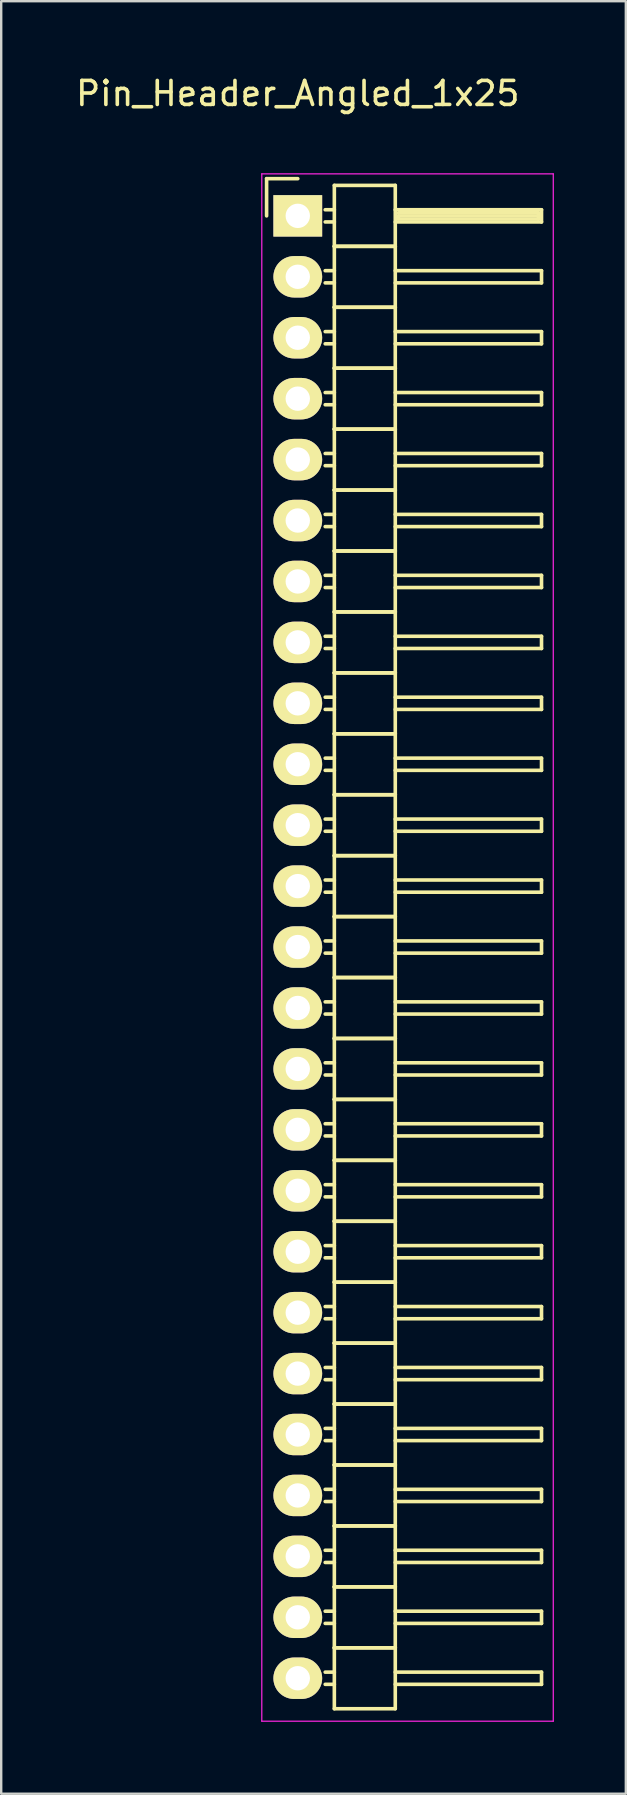
<source format=kicad_pcb>
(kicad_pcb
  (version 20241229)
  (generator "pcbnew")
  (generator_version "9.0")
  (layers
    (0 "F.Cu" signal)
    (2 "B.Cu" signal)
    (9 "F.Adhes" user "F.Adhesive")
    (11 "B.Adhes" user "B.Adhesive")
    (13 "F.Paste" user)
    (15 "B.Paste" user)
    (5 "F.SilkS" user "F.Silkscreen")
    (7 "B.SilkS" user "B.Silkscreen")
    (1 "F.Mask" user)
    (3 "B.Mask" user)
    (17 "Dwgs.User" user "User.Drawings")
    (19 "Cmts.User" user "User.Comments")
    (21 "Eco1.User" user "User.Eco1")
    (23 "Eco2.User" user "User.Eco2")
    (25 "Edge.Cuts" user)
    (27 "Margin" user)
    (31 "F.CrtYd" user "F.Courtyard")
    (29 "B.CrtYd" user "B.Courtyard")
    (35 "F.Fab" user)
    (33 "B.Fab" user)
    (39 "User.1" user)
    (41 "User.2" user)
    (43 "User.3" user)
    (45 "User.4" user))
  (footprint "Pin_Header_Angled_1x25"
    (layer "F.Cu")
    (at 9.363 5.948)
    (property "Reference" "Pin_Header_Angled_1x25" (at 0 -5.1 0) (layer "F.SilkS") (effects (font (size 1 1) (thickness 0.15))))
    (attr through_hole)
    (fp_line (start -1.3 -1.55) (end -1.3 0) (stroke (width 0.15) (type solid)) (layer "F.SilkS"))
    (fp_line (start 0 -1.55) (end -1.3 -1.55) (stroke (width 0.15) (type solid)) (layer "F.SilkS"))
    (fp_line (start 1.524 -1.27) (end 1.524 1.27) (stroke (width 0.15) (type solid)) (layer "F.SilkS"))
    (fp_line (start 1.524 -1.27) (end 4.064 -1.27) (stroke (width 0.15) (type solid)) (layer "F.SilkS"))
    (fp_line (start 1.524 -0.254) (end 1.143 -0.254) (stroke (width 0.15) (type solid)) (layer "F.SilkS"))
    (fp_line (start 1.524 0.254) (end 1.143 0.254) (stroke (width 0.15) (type solid)) (layer "F.SilkS"))
    (fp_line (start 1.524 1.27) (end 1.524 3.81) (stroke (width 0.15) (type solid)) (layer "F.SilkS"))
    (fp_line (start 1.524 1.27) (end 4.064 1.27) (stroke (width 0.15) (type solid)) (layer "F.SilkS"))
    (fp_line (start 1.524 1.27) (end 4.064 1.27) (stroke (width 0.15) (type solid)) (layer "F.SilkS"))
    (fp_line (start 1.524 2.286) (end 1.143 2.286) (stroke (width 0.15) (type solid)) (layer "F.SilkS"))
    (fp_line (start 1.524 2.794) (end 1.143 2.794) (stroke (width 0.15) (type solid)) (layer "F.SilkS"))
    (fp_line (start 1.524 3.81) (end 1.524 6.35) (stroke (width 0.15) (type solid)) (layer "F.SilkS"))
    (fp_line (start 1.524 3.81) (end 4.064 3.81) (stroke (width 0.15) (type solid)) (layer "F.SilkS"))
    (fp_line (start 1.524 3.81) (end 4.064 3.81) (stroke (width 0.15) (type solid)) (layer "F.SilkS"))
    (fp_line (start 1.524 4.826) (end 1.143 4.826) (stroke (width 0.15) (type solid)) (layer "F.SilkS"))
    (fp_line (start 1.524 5.334) (end 1.143 5.334) (stroke (width 0.15) (type solid)) (layer "F.SilkS"))
    (fp_line (start 1.524 6.35) (end 1.524 8.89) (stroke (width 0.15) (type solid)) (layer "F.SilkS"))
    (fp_line (start 1.524 6.35) (end 4.064 6.35) (stroke (width 0.15) (type solid)) (layer "F.SilkS"))
    (fp_line (start 1.524 6.35) (end 4.064 6.35) (stroke (width 0.15) (type solid)) (layer "F.SilkS"))
    (fp_line (start 1.524 7.366) (end 1.143 7.366) (stroke (width 0.15) (type solid)) (layer "F.SilkS"))
    (fp_line (start 1.524 7.874) (end 1.143 7.874) (stroke (width 0.15) (type solid)) (layer "F.SilkS"))
    (fp_line (start 1.524 8.89) (end 1.524 11.43) (stroke (width 0.15) (type solid)) (layer "F.SilkS"))
    (fp_line (start 1.524 8.89) (end 4.064 8.89) (stroke (width 0.15) (type solid)) (layer "F.SilkS"))
    (fp_line (start 1.524 8.89) (end 4.064 8.89) (stroke (width 0.15) (type solid)) (layer "F.SilkS"))
    (fp_line (start 1.524 9.906) (end 1.143 9.906) (stroke (width 0.15) (type solid)) (layer "F.SilkS"))
    (fp_line (start 1.524 10.414) (end 1.143 10.414) (stroke (width 0.15) (type solid)) (layer "F.SilkS"))
    (fp_line (start 1.524 11.43) (end 1.524 13.97) (stroke (width 0.15) (type solid)) (layer "F.SilkS"))
    (fp_line (start 1.524 11.43) (end 4.064 11.43) (stroke (width 0.15) (type solid)) (layer "F.SilkS"))
    (fp_line (start 1.524 11.43) (end 4.064 11.43) (stroke (width 0.15) (type solid)) (layer "F.SilkS"))
    (fp_line (start 1.524 12.446) (end 1.143 12.446) (stroke (width 0.15) (type solid)) (layer "F.SilkS"))
    (fp_line (start 1.524 12.954) (end 1.143 12.954) (stroke (width 0.15) (type solid)) (layer "F.SilkS"))
    (fp_line (start 1.524 13.97) (end 1.524 16.51) (stroke (width 0.15) (type solid)) (layer "F.SilkS"))
    (fp_line (start 1.524 13.97) (end 4.064 13.97) (stroke (width 0.15) (type solid)) (layer "F.SilkS"))
    (fp_line (start 1.524 13.97) (end 4.064 13.97) (stroke (width 0.15) (type solid)) (layer "F.SilkS"))
    (fp_line (start 1.524 14.986) (end 1.143 14.986) (stroke (width 0.15) (type solid)) (layer "F.SilkS"))
    (fp_line (start 1.524 15.494) (end 1.143 15.494) (stroke (width 0.15) (type solid)) (layer "F.SilkS"))
    (fp_line (start 1.524 16.51) (end 1.524 19.05) (stroke (width 0.15) (type solid)) (layer "F.SilkS"))
    (fp_line (start 1.524 16.51) (end 4.064 16.51) (stroke (width 0.15) (type solid)) (layer "F.SilkS"))
    (fp_line (start 1.524 16.51) (end 4.064 16.51) (stroke (width 0.15) (type solid)) (layer "F.SilkS"))
    (fp_line (start 1.524 17.526) (end 1.143 17.526) (stroke (width 0.15) (type solid)) (layer "F.SilkS"))
    (fp_line (start 1.524 18.034) (end 1.143 18.034) (stroke (width 0.15) (type solid)) (layer "F.SilkS"))
    (fp_line (start 1.524 19.05) (end 1.524 21.59) (stroke (width 0.15) (type solid)) (layer "F.SilkS"))
    (fp_line (start 1.524 19.05) (end 4.064 19.05) (stroke (width 0.15) (type solid)) (layer "F.SilkS"))
    (fp_line (start 1.524 19.05) (end 4.064 19.05) (stroke (width 0.15) (type solid)) (layer "F.SilkS"))
    (fp_line (start 1.524 20.066) (end 1.143 20.066) (stroke (width 0.15) (type solid)) (layer "F.SilkS"))
    (fp_line (start 1.524 20.574) (end 1.143 20.574) (stroke (width 0.15) (type solid)) (layer "F.SilkS"))
    (fp_line (start 1.524 21.59) (end 1.524 24.13) (stroke (width 0.15) (type solid)) (layer "F.SilkS"))
    (fp_line (start 1.524 21.59) (end 4.064 21.59) (stroke (width 0.15) (type solid)) (layer "F.SilkS"))
    (fp_line (start 1.524 21.59) (end 4.064 21.59) (stroke (width 0.15) (type solid)) (layer "F.SilkS"))
    (fp_line (start 1.524 22.606) (end 1.143 22.606) (stroke (width 0.15) (type solid)) (layer "F.SilkS"))
    (fp_line (start 1.524 23.114) (end 1.143 23.114) (stroke (width 0.15) (type solid)) (layer "F.SilkS"))
    (fp_line (start 1.524 24.13) (end 1.524 26.67) (stroke (width 0.15) (type solid)) (layer "F.SilkS"))
    (fp_line (start 1.524 24.13) (end 4.064 24.13) (stroke (width 0.15) (type solid)) (layer "F.SilkS"))
    (fp_line (start 1.524 24.13) (end 4.064 24.13) (stroke (width 0.15) (type solid)) (layer "F.SilkS"))
    (fp_line (start 1.524 25.146) (end 1.143 25.146) (stroke (width 0.15) (type solid)) (layer "F.SilkS"))
    (fp_line (start 1.524 25.654) (end 1.143 25.654) (stroke (width 0.15) (type solid)) (layer "F.SilkS"))
    (fp_line (start 1.524 26.67) (end 1.524 29.21) (stroke (width 0.15) (type solid)) (layer "F.SilkS"))
    (fp_line (start 1.524 26.67) (end 4.064 26.67) (stroke (width 0.15) (type solid)) (layer "F.SilkS"))
    (fp_line (start 1.524 26.67) (end 4.064 26.67) (stroke (width 0.15) (type solid)) (layer "F.SilkS"))
    (fp_line (start 1.524 27.686) (end 1.143 27.686) (stroke (width 0.15) (type solid)) (layer "F.SilkS"))
    (fp_line (start 1.524 28.194) (end 1.143 28.194) (stroke (width 0.15) (type solid)) (layer "F.SilkS"))
    (fp_line (start 1.524 29.21) (end 1.524 31.75) (stroke (width 0.15) (type solid)) (layer "F.SilkS"))
    (fp_line (start 1.524 29.21) (end 4.064 29.21) (stroke (width 0.15) (type solid)) (layer "F.SilkS"))
    (fp_line (start 1.524 29.21) (end 4.064 29.21) (stroke (width 0.15) (type solid)) (layer "F.SilkS"))
    (fp_line (start 1.524 30.226) (end 1.143 30.226) (stroke (width 0.15) (type solid)) (layer "F.SilkS"))
    (fp_line (start 1.524 30.734) (end 1.143 30.734) (stroke (width 0.15) (type solid)) (layer "F.SilkS"))
    (fp_line (start 1.524 31.75) (end 1.524 34.29) (stroke (width 0.15) (type solid)) (layer "F.SilkS"))
    (fp_line (start 1.524 31.75) (end 4.064 31.75) (stroke (width 0.15) (type solid)) (layer "F.SilkS"))
    (fp_line (start 1.524 31.75) (end 4.064 31.75) (stroke (width 0.15) (type solid)) (layer "F.SilkS"))
    (fp_line (start 1.524 32.766) (end 1.143 32.766) (stroke (width 0.15) (type solid)) (layer "F.SilkS"))
    (fp_line (start 1.524 33.274) (end 1.143 33.274) (stroke (width 0.15) (type solid)) (layer "F.SilkS"))
    (fp_line (start 1.524 34.29) (end 1.524 36.83) (stroke (width 0.15) (type solid)) (layer "F.SilkS"))
    (fp_line (start 1.524 34.29) (end 4.064 34.29) (stroke (width 0.15) (type solid)) (layer "F.SilkS"))
    (fp_line (start 1.524 34.29) (end 4.064 34.29) (stroke (width 0.15) (type solid)) (layer "F.SilkS"))
    (fp_line (start 1.524 35.306) (end 1.143 35.306) (stroke (width 0.15) (type solid)) (layer "F.SilkS"))
    (fp_line (start 1.524 35.814) (end 1.143 35.814) (stroke (width 0.15) (type solid)) (layer "F.SilkS"))
    (fp_line (start 1.524 36.83) (end 1.524 39.37) (stroke (width 0.15) (type solid)) (layer "F.SilkS"))
    (fp_line (start 1.524 36.83) (end 4.064 36.83) (stroke (width 0.15) (type solid)) (layer "F.SilkS"))
    (fp_line (start 1.524 36.83) (end 4.064 36.83) (stroke (width 0.15) (type solid)) (layer "F.SilkS"))
    (fp_line (start 1.524 37.846) (end 1.143 37.846) (stroke (width 0.15) (type solid)) (layer "F.SilkS"))
    (fp_line (start 1.524 38.354) (end 1.143 38.354) (stroke (width 0.15) (type solid)) (layer "F.SilkS"))
    (fp_line (start 1.524 39.37) (end 1.524 41.91) (stroke (width 0.15) (type solid)) (layer "F.SilkS"))
    (fp_line (start 1.524 39.37) (end 4.064 39.37) (stroke (width 0.15) (type solid)) (layer "F.SilkS"))
    (fp_line (start 1.524 39.37) (end 4.064 39.37) (stroke (width 0.15) (type solid)) (layer "F.SilkS"))
    (fp_line (start 1.524 40.386) (end 1.143 40.386) (stroke (width 0.15) (type solid)) (layer "F.SilkS"))
    (fp_line (start 1.524 40.894) (end 1.143 40.894) (stroke (width 0.15) (type solid)) (layer "F.SilkS"))
    (fp_line (start 1.524 41.91) (end 1.524 44.45) (stroke (width 0.15) (type solid)) (layer "F.SilkS"))
    (fp_line (start 1.524 41.91) (end 4.064 41.91) (stroke (width 0.15) (type solid)) (layer "F.SilkS"))
    (fp_line (start 1.524 41.91) (end 4.064 41.91) (stroke (width 0.15) (type solid)) (layer "F.SilkS"))
    (fp_line (start 1.524 42.926) (end 1.143 42.926) (stroke (width 0.15) (type solid)) (layer "F.SilkS"))
    (fp_line (start 1.524 43.434) (end 1.143 43.434) (stroke (width 0.15) (type solid)) (layer "F.SilkS"))
    (fp_line (start 1.524 44.45) (end 1.524 46.99) (stroke (width 0.15) (type solid)) (layer "F.SilkS"))
    (fp_line (start 1.524 44.45) (end 4.064 44.45) (stroke (width 0.15) (type solid)) (layer "F.SilkS"))
    (fp_line (start 1.524 44.45) (end 4.064 44.45) (stroke (width 0.15) (type solid)) (layer "F.SilkS"))
    (fp_line (start 1.524 45.466) (end 1.143 45.466) (stroke (width 0.15) (type solid)) (layer "F.SilkS"))
    (fp_line (start 1.524 45.974) (end 1.143 45.974) (stroke (width 0.15) (type solid)) (layer "F.SilkS"))
    (fp_line (start 1.524 46.99) (end 1.524 49.53) (stroke (width 0.15) (type solid)) (layer "F.SilkS"))
    (fp_line (start 1.524 46.99) (end 4.064 46.99) (stroke (width 0.15) (type solid)) (layer "F.SilkS"))
    (fp_line (start 1.524 46.99) (end 4.064 46.99) (stroke (width 0.15) (type solid)) (layer "F.SilkS"))
    (fp_line (start 1.524 48.006) (end 1.143 48.006) (stroke (width 0.15) (type solid)) (layer "F.SilkS"))
    (fp_line (start 1.524 48.514) (end 1.143 48.514) (stroke (width 0.15) (type solid)) (layer "F.SilkS"))
    (fp_line (start 1.524 49.53) (end 1.524 52.07) (stroke (width 0.15) (type solid)) (layer "F.SilkS"))
    (fp_line (start 1.524 49.53) (end 4.064 49.53) (stroke (width 0.15) (type solid)) (layer "F.SilkS"))
    (fp_line (start 1.524 49.53) (end 4.064 49.53) (stroke (width 0.15) (type solid)) (layer "F.SilkS"))
    (fp_line (start 1.524 50.546) (end 1.143 50.546) (stroke (width 0.15) (type solid)) (layer "F.SilkS"))
    (fp_line (start 1.524 51.054) (end 1.143 51.054) (stroke (width 0.15) (type solid)) (layer "F.SilkS"))
    (fp_line (start 1.524 52.07) (end 1.524 54.61) (stroke (width 0.15) (type solid)) (layer "F.SilkS"))
    (fp_line (start 1.524 52.07) (end 4.064 52.07) (stroke (width 0.15) (type solid)) (layer "F.SilkS"))
    (fp_line (start 1.524 52.07) (end 4.064 52.07) (stroke (width 0.15) (type solid)) (layer "F.SilkS"))
    (fp_line (start 1.524 53.086) (end 1.143 53.086) (stroke (width 0.15) (type solid)) (layer "F.SilkS"))
    (fp_line (start 1.524 53.594) (end 1.143 53.594) (stroke (width 0.15) (type solid)) (layer "F.SilkS"))
    (fp_line (start 1.524 54.61) (end 1.524 57.15) (stroke (width 0.15) (type solid)) (layer "F.SilkS"))
    (fp_line (start 1.524 54.61) (end 4.064 54.61) (stroke (width 0.15) (type solid)) (layer "F.SilkS"))
    (fp_line (start 1.524 54.61) (end 4.064 54.61) (stroke (width 0.15) (type solid)) (layer "F.SilkS"))
    (fp_line (start 1.524 55.626) (end 1.143 55.626) (stroke (width 0.15) (type solid)) (layer "F.SilkS"))
    (fp_line (start 1.524 56.134) (end 1.143 56.134) (stroke (width 0.15) (type solid)) (layer "F.SilkS"))
    (fp_line (start 1.524 57.15) (end 1.524 59.69) (stroke (width 0.15) (type solid)) (layer "F.SilkS"))
    (fp_line (start 1.524 57.15) (end 4.064 57.15) (stroke (width 0.15) (type solid)) (layer "F.SilkS"))
    (fp_line (start 1.524 57.15) (end 4.064 57.15) (stroke (width 0.15) (type solid)) (layer "F.SilkS"))
    (fp_line (start 1.524 58.166) (end 1.143 58.166) (stroke (width 0.15) (type solid)) (layer "F.SilkS"))
    (fp_line (start 1.524 58.674) (end 1.143 58.674) (stroke (width 0.15) (type solid)) (layer "F.SilkS"))
    (fp_line (start 1.524 59.69) (end 1.524 62.23) (stroke (width 0.15) (type solid)) (layer "F.SilkS"))
    (fp_line (start 1.524 59.69) (end 4.064 59.69) (stroke (width 0.15) (type solid)) (layer "F.SilkS"))
    (fp_line (start 1.524 59.69) (end 4.064 59.69) (stroke (width 0.15) (type solid)) (layer "F.SilkS"))
    (fp_line (start 1.524 60.706) (end 1.143 60.706) (stroke (width 0.15) (type solid)) (layer "F.SilkS"))
    (fp_line (start 1.524 61.214) (end 1.143 61.214) (stroke (width 0.15) (type solid)) (layer "F.SilkS"))
    (fp_line (start 1.524 62.23) (end 4.064 62.23) (stroke (width 0.15) (type solid)) (layer "F.SilkS"))
    (fp_line (start 4.064 -0.254) (end 10.16 -0.254) (stroke (width 0.15) (type solid)) (layer "F.SilkS"))
    (fp_line (start 4.064 1.27) (end 4.064 -1.27) (stroke (width 0.15) (type solid)) (layer "F.SilkS"))
    (fp_line (start 4.064 2.286) (end 10.16 2.286) (stroke (width 0.15) (type solid)) (layer "F.SilkS"))
    (fp_line (start 4.064 3.81) (end 4.064 1.27) (stroke (width 0.15) (type solid)) (layer "F.SilkS"))
    (fp_line (start 4.064 4.826) (end 10.16 4.826) (stroke (width 0.15) (type solid)) (layer "F.SilkS"))
    (fp_line (start 4.064 6.35) (end 4.064 3.81) (stroke (width 0.15) (type solid)) (layer "F.SilkS"))
    (fp_line (start 4.064 7.366) (end 10.16 7.366) (stroke (width 0.15) (type solid)) (layer "F.SilkS"))
    (fp_line (start 4.064 8.89) (end 4.064 6.35) (stroke (width 0.15) (type solid)) (layer "F.SilkS"))
    (fp_line (start 4.064 9.906) (end 10.16 9.906) (stroke (width 0.15) (type solid)) (layer "F.SilkS"))
    (fp_line (start 4.064 11.43) (end 4.064 8.89) (stroke (width 0.15) (type solid)) (layer "F.SilkS"))
    (fp_line (start 4.064 12.446) (end 10.16 12.446) (stroke (width 0.15) (type solid)) (layer "F.SilkS"))
    (fp_line (start 4.064 13.97) (end 4.064 11.43) (stroke (width 0.15) (type solid)) (layer "F.SilkS"))
    (fp_line (start 4.064 14.986) (end 10.16 14.986) (stroke (width 0.15) (type solid)) (layer "F.SilkS"))
    (fp_line (start 4.064 16.51) (end 4.064 13.97) (stroke (width 0.15) (type solid)) (layer "F.SilkS"))
    (fp_line (start 4.064 17.526) (end 10.16 17.526) (stroke (width 0.15) (type solid)) (layer "F.SilkS"))
    (fp_line (start 4.064 19.05) (end 4.064 16.51) (stroke (width 0.15) (type solid)) (layer "F.SilkS"))
    (fp_line (start 4.064 20.066) (end 10.16 20.066) (stroke (width 0.15) (type solid)) (layer "F.SilkS"))
    (fp_line (start 4.064 21.59) (end 4.064 19.05) (stroke (width 0.15) (type solid)) (layer "F.SilkS"))
    (fp_line (start 4.064 22.606) (end 10.16 22.606) (stroke (width 0.15) (type solid)) (layer "F.SilkS"))
    (fp_line (start 4.064 24.13) (end 4.064 21.59) (stroke (width 0.15) (type solid)) (layer "F.SilkS"))
    (fp_line (start 4.064 25.146) (end 10.16 25.146) (stroke (width 0.15) (type solid)) (layer "F.SilkS"))
    (fp_line (start 4.064 26.67) (end 4.064 24.13) (stroke (width 0.15) (type solid)) (layer "F.SilkS"))
    (fp_line (start 4.064 27.686) (end 10.16 27.686) (stroke (width 0.15) (type solid)) (layer "F.SilkS"))
    (fp_line (start 4.064 29.21) (end 4.064 26.67) (stroke (width 0.15) (type solid)) (layer "F.SilkS"))
    (fp_line (start 4.064 30.226) (end 10.16 30.226) (stroke (width 0.15) (type solid)) (layer "F.SilkS"))
    (fp_line (start 4.064 31.75) (end 4.064 29.21) (stroke (width 0.15) (type solid)) (layer "F.SilkS"))
    (fp_line (start 4.064 32.766) (end 10.16 32.766) (stroke (width 0.15) (type solid)) (layer "F.SilkS"))
    (fp_line (start 4.064 34.29) (end 4.064 31.75) (stroke (width 0.15) (type solid)) (layer "F.SilkS"))
    (fp_line (start 4.064 35.306) (end 10.16 35.306) (stroke (width 0.15) (type solid)) (layer "F.SilkS"))
    (fp_line (start 4.064 36.83) (end 4.064 34.29) (stroke (width 0.15) (type solid)) (layer "F.SilkS"))
    (fp_line (start 4.064 37.846) (end 10.16 37.846) (stroke (width 0.15) (type solid)) (layer "F.SilkS"))
    (fp_line (start 4.064 39.37) (end 4.064 36.83) (stroke (width 0.15) (type solid)) (layer "F.SilkS"))
    (fp_line (start 4.064 40.386) (end 10.16 40.386) (stroke (width 0.15) (type solid)) (layer "F.SilkS"))
    (fp_line (start 4.064 41.91) (end 4.064 39.37) (stroke (width 0.15) (type solid)) (layer "F.SilkS"))
    (fp_line (start 4.064 42.926) (end 10.16 42.926) (stroke (width 0.15) (type solid)) (layer "F.SilkS"))
    (fp_line (start 4.064 44.45) (end 4.064 41.91) (stroke (width 0.15) (type solid)) (layer "F.SilkS"))
    (fp_line (start 4.064 45.466) (end 10.16 45.466) (stroke (width 0.15) (type solid)) (layer "F.SilkS"))
    (fp_line (start 4.064 46.99) (end 4.064 44.45) (stroke (width 0.15) (type solid)) (layer "F.SilkS"))
    (fp_line (start 4.064 48.006) (end 10.16 48.006) (stroke (width 0.15) (type solid)) (layer "F.SilkS"))
    (fp_line (start 4.064 49.53) (end 4.064 46.99) (stroke (width 0.15) (type solid)) (layer "F.SilkS"))
    (fp_line (start 4.064 50.546) (end 10.16 50.546) (stroke (width 0.15) (type solid)) (layer "F.SilkS"))
    (fp_line (start 4.064 52.07) (end 4.064 49.53) (stroke (width 0.15) (type solid)) (layer "F.SilkS"))
    (fp_line (start 4.064 53.086) (end 10.16 53.086) (stroke (width 0.15) (type solid)) (layer "F.SilkS"))
    (fp_line (start 4.064 54.61) (end 4.064 52.07) (stroke (width 0.15) (type solid)) (layer "F.SilkS"))
    (fp_line (start 4.064 55.626) (end 10.16 55.626) (stroke (width 0.15) (type solid)) (layer "F.SilkS"))
    (fp_line (start 4.064 57.15) (end 4.064 54.61) (stroke (width 0.15) (type solid)) (layer "F.SilkS"))
    (fp_line (start 4.064 58.166) (end 10.16 58.166) (stroke (width 0.15) (type solid)) (layer "F.SilkS"))
    (fp_line (start 4.064 59.69) (end 4.064 57.15) (stroke (width 0.15) (type solid)) (layer "F.SilkS"))
    (fp_line (start 4.064 60.706) (end 10.16 60.706) (stroke (width 0.15) (type solid)) (layer "F.SilkS"))
    (fp_line (start 4.064 62.23) (end 4.064 59.69) (stroke (width 0.15) (type solid)) (layer "F.SilkS"))
    (fp_line (start 4.191 -0.127) (end 10.033 -0.127) (stroke (width 0.15) (type solid)) (layer "F.SilkS"))
    (fp_line (start 4.191 0) (end 10.033 0) (stroke (width 0.15) (type solid)) (layer "F.SilkS"))
    (fp_line (start 4.191 0.127) (end 4.191 0) (stroke (width 0.15) (type solid)) (layer "F.SilkS"))
    (fp_line (start 10.033 -0.127) (end 10.033 0.127) (stroke (width 0.15) (type solid)) (layer "F.SilkS"))
    (fp_line (start 10.033 0.127) (end 4.191 0.127) (stroke (width 0.15) (type solid)) (layer "F.SilkS"))
    (fp_line (start 10.16 -0.254) (end 10.16 0.254) (stroke (width 0.15) (type solid)) (layer "F.SilkS"))
    (fp_line (start 10.16 0.254) (end 4.064 0.254) (stroke (width 0.15) (type solid)) (layer "F.SilkS"))
    (fp_line (start 10.16 2.286) (end 10.16 2.794) (stroke (width 0.15) (type solid)) (layer "F.SilkS"))
    (fp_line (start 10.16 2.794) (end 4.064 2.794) (stroke (width 0.15) (type solid)) (layer "F.SilkS"))
    (fp_line (start 10.16 4.826) (end 10.16 5.334) (stroke (width 0.15) (type solid)) (layer "F.SilkS"))
    (fp_line (start 10.16 5.334) (end 4.064 5.334) (stroke (width 0.15) (type solid)) (layer "F.SilkS"))
    (fp_line (start 10.16 7.366) (end 10.16 7.874) (stroke (width 0.15) (type solid)) (layer "F.SilkS"))
    (fp_line (start 10.16 7.874) (end 4.064 7.874) (stroke (width 0.15) (type solid)) (layer "F.SilkS"))
    (fp_line (start 10.16 9.906) (end 10.16 10.414) (stroke (width 0.15) (type solid)) (layer "F.SilkS"))
    (fp_line (start 10.16 10.414) (end 4.064 10.414) (stroke (width 0.15) (type solid)) (layer "F.SilkS"))
    (fp_line (start 10.16 12.446) (end 10.16 12.954) (stroke (width 0.15) (type solid)) (layer "F.SilkS"))
    (fp_line (start 10.16 12.954) (end 4.064 12.954) (stroke (width 0.15) (type solid)) (layer "F.SilkS"))
    (fp_line (start 10.16 14.986) (end 10.16 15.494) (stroke (width 0.15) (type solid)) (layer "F.SilkS"))
    (fp_line (start 10.16 15.494) (end 4.064 15.494) (stroke (width 0.15) (type solid)) (layer "F.SilkS"))
    (fp_line (start 10.16 17.526) (end 10.16 18.034) (stroke (width 0.15) (type solid)) (layer "F.SilkS"))
    (fp_line (start 10.16 18.034) (end 4.064 18.034) (stroke (width 0.15) (type solid)) (layer "F.SilkS"))
    (fp_line (start 10.16 20.066) (end 10.16 20.574) (stroke (width 0.15) (type solid)) (layer "F.SilkS"))
    (fp_line (start 10.16 20.574) (end 4.064 20.574) (stroke (width 0.15) (type solid)) (layer "F.SilkS"))
    (fp_line (start 10.16 22.606) (end 10.16 23.114) (stroke (width 0.15) (type solid)) (layer "F.SilkS"))
    (fp_line (start 10.16 23.114) (end 4.064 23.114) (stroke (width 0.15) (type solid)) (layer "F.SilkS"))
    (fp_line (start 10.16 25.146) (end 10.16 25.654) (stroke (width 0.15) (type solid)) (layer "F.SilkS"))
    (fp_line (start 10.16 25.654) (end 4.064 25.654) (stroke (width 0.15) (type solid)) (layer "F.SilkS"))
    (fp_line (start 10.16 27.686) (end 10.16 28.194) (stroke (width 0.15) (type solid)) (layer "F.SilkS"))
    (fp_line (start 10.16 28.194) (end 4.064 28.194) (stroke (width 0.15) (type solid)) (layer "F.SilkS"))
    (fp_line (start 10.16 30.226) (end 10.16 30.734) (stroke (width 0.15) (type solid)) (layer "F.SilkS"))
    (fp_line (start 10.16 30.734) (end 4.064 30.734) (stroke (width 0.15) (type solid)) (layer "F.SilkS"))
    (fp_line (start 10.16 32.766) (end 10.16 33.274) (stroke (width 0.15) (type solid)) (layer "F.SilkS"))
    (fp_line (start 10.16 33.274) (end 4.064 33.274) (stroke (width 0.15) (type solid)) (layer "F.SilkS"))
    (fp_line (start 10.16 35.306) (end 10.16 35.814) (stroke (width 0.15) (type solid)) (layer "F.SilkS"))
    (fp_line (start 10.16 35.814) (end 4.064 35.814) (stroke (width 0.15) (type solid)) (layer "F.SilkS"))
    (fp_line (start 10.16 37.846) (end 10.16 38.354) (stroke (width 0.15) (type solid)) (layer "F.SilkS"))
    (fp_line (start 10.16 38.354) (end 4.064 38.354) (stroke (width 0.15) (type solid)) (layer "F.SilkS"))
    (fp_line (start 10.16 40.386) (end 10.16 40.894) (stroke (width 0.15) (type solid)) (layer "F.SilkS"))
    (fp_line (start 10.16 40.894) (end 4.064 40.894) (stroke (width 0.15) (type solid)) (layer "F.SilkS"))
    (fp_line (start 10.16 42.926) (end 10.16 43.434) (stroke (width 0.15) (type solid)) (layer "F.SilkS"))
    (fp_line (start 10.16 43.434) (end 4.064 43.434) (stroke (width 0.15) (type solid)) (layer "F.SilkS"))
    (fp_line (start 10.16 45.466) (end 10.16 45.974) (stroke (width 0.15) (type solid)) (layer "F.SilkS"))
    (fp_line (start 10.16 45.974) (end 4.064 45.974) (stroke (width 0.15) (type solid)) (layer "F.SilkS"))
    (fp_line (start 10.16 48.006) (end 10.16 48.514) (stroke (width 0.15) (type solid)) (layer "F.SilkS"))
    (fp_line (start 10.16 48.514) (end 4.064 48.514) (stroke (width 0.15) (type solid)) (layer "F.SilkS"))
    (fp_line (start 10.16 50.546) (end 10.16 51.054) (stroke (width 0.15) (type solid)) (layer "F.SilkS"))
    (fp_line (start 10.16 51.054) (end 4.064 51.054) (stroke (width 0.15) (type solid)) (layer "F.SilkS"))
    (fp_line (start 10.16 53.086) (end 10.16 53.594) (stroke (width 0.15) (type solid)) (layer "F.SilkS"))
    (fp_line (start 10.16 53.594) (end 4.064 53.594) (stroke (width 0.15) (type solid)) (layer "F.SilkS"))
    (fp_line (start 10.16 55.626) (end 10.16 56.134) (stroke (width 0.15) (type solid)) (layer "F.SilkS"))
    (fp_line (start 10.16 56.134) (end 4.064 56.134) (stroke (width 0.15) (type solid)) (layer "F.SilkS"))
    (fp_line (start 10.16 58.166) (end 10.16 58.674) (stroke (width 0.15) (type solid)) (layer "F.SilkS"))
    (fp_line (start 10.16 58.674) (end 4.064 58.674) (stroke (width 0.15) (type solid)) (layer "F.SilkS"))
    (fp_line (start 10.16 60.706) (end 10.16 61.214) (stroke (width 0.15) (type solid)) (layer "F.SilkS"))
    (fp_line (start 10.16 61.214) (end 4.064 61.214) (stroke (width 0.15) (type solid)) (layer "F.SilkS"))
    (fp_line (start -1.5 -1.75) (end -1.5 62.75) (stroke (width 0.05) (type solid)) (layer "F.CrtYd"))
    (fp_line (start -1.5 -1.75) (end 10.65 -1.75) (stroke (width 0.05) (type solid)) (layer "F.CrtYd"))
    (fp_line (start -1.5 62.75) (end 10.65 62.75) (stroke (width 0.05) (type solid)) (layer "F.CrtYd"))
    (fp_line (start 10.65 -1.75) (end 10.65 62.75) (stroke (width 0.05) (type solid)) (layer "F.CrtYd"))
    (pad "1" thru_hole rect (at 0 0) (size 2.032 1.727) (drill 1.016) (layers "*.Cu" "*.Mask" "F.SilkS"))
    (pad "2" thru_hole oval (at 0 2.54) (size 2.032 1.727) (drill 1.016) (layers "*.Cu" "*.Mask" "F.SilkS"))
    (pad "3" thru_hole oval (at 0 5.08) (size 2.032 1.727) (drill 1.016) (layers "*.Cu" "*.Mask" "F.SilkS"))
    (pad "4" thru_hole oval (at 0 7.62) (size 2.032 1.727) (drill 1.016) (layers "*.Cu" "*.Mask" "F.SilkS"))
    (pad "5" thru_hole oval (at 0 10.16) (size 2.032 1.727) (drill 1.016) (layers "*.Cu" "*.Mask" "F.SilkS"))
    (pad "6" thru_hole oval (at 0 12.7) (size 2.032 1.727) (drill 1.016) (layers "*.Cu" "*.Mask" "F.SilkS"))
    (pad "7" thru_hole oval (at 0 15.24) (size 2.032 1.727) (drill 1.016) (layers "*.Cu" "*.Mask" "F.SilkS"))
    (pad "8" thru_hole oval (at 0 17.78) (size 2.032 1.727) (drill 1.016) (layers "*.Cu" "*.Mask" "F.SilkS"))
    (pad "9" thru_hole oval (at 0 20.32) (size 2.032 1.727) (drill 1.016) (layers "*.Cu" "*.Mask" "F.SilkS"))
    (pad "10" thru_hole oval (at 0 22.86) (size 2.032 1.727) (drill 1.016) (layers "*.Cu" "*.Mask" "F.SilkS"))
    (pad "11" thru_hole oval (at 0 25.4) (size 2.032 1.727) (drill 1.016) (layers "*.Cu" "*.Mask" "F.SilkS"))
    (pad "12" thru_hole oval (at 0 27.94) (size 2.032 1.727) (drill 1.016) (layers "*.Cu" "*.Mask" "F.SilkS"))
    (pad "13" thru_hole oval (at 0 30.48) (size 2.032 1.727) (drill 1.016) (layers "*.Cu" "*.Mask" "F.SilkS"))
    (pad "14" thru_hole oval (at 0 33.02) (size 2.032 1.727) (drill 1.016) (layers "*.Cu" "*.Mask" "F.SilkS"))
    (pad "15" thru_hole oval (at 0 35.56) (size 2.032 1.727) (drill 1.016) (layers "*.Cu" "*.Mask" "F.SilkS"))
    (pad "16" thru_hole oval (at 0 38.1) (size 2.032 1.727) (drill 1.016) (layers "*.Cu" "*.Mask" "F.SilkS"))
    (pad "17" thru_hole oval (at 0 40.64) (size 2.032 1.727) (drill 1.016) (layers "*.Cu" "*.Mask" "F.SilkS"))
    (pad "18" thru_hole oval (at 0 43.18) (size 2.032 1.727) (drill 1.016) (layers "*.Cu" "*.Mask" "F.SilkS"))
    (pad "19" thru_hole oval (at 0 45.72) (size 2.032 1.727) (drill 1.016) (layers "*.Cu" "*.Mask" "F.SilkS"))
    (pad "20" thru_hole oval (at 0 48.26) (size 2.032 1.727) (drill 1.016) (layers "*.Cu" "*.Mask" "F.SilkS"))
    (pad "21" thru_hole oval (at 0 50.8) (size 2.032 1.727) (drill 1.016) (layers "*.Cu" "*.Mask" "F.SilkS"))
    (pad "22" thru_hole oval (at 0 53.34) (size 2.032 1.727) (drill 1.016) (layers "*.Cu" "*.Mask" "F.SilkS"))
    (pad "23" thru_hole oval (at 0 55.88) (size 2.032 1.727) (drill 1.016) (layers "*.Cu" "*.Mask" "F.SilkS"))
    (pad "24" thru_hole oval (at 0 58.42) (size 2.032 1.727) (drill 1.016) (layers "*.Cu" "*.Mask" "F.SilkS"))
    (pad "25" thru_hole oval (at 0 60.96) (size 2.032 1.727) (drill 1.016) (layers "*.Cu" "*.Mask" "F.SilkS")))
  (gr_rect
    (start -3 -3)
    (end 23.038 71.723)
    (stroke (width 0.1) (type default))
    (fill no)
    (layer "Edge.Cuts")))
</source>
